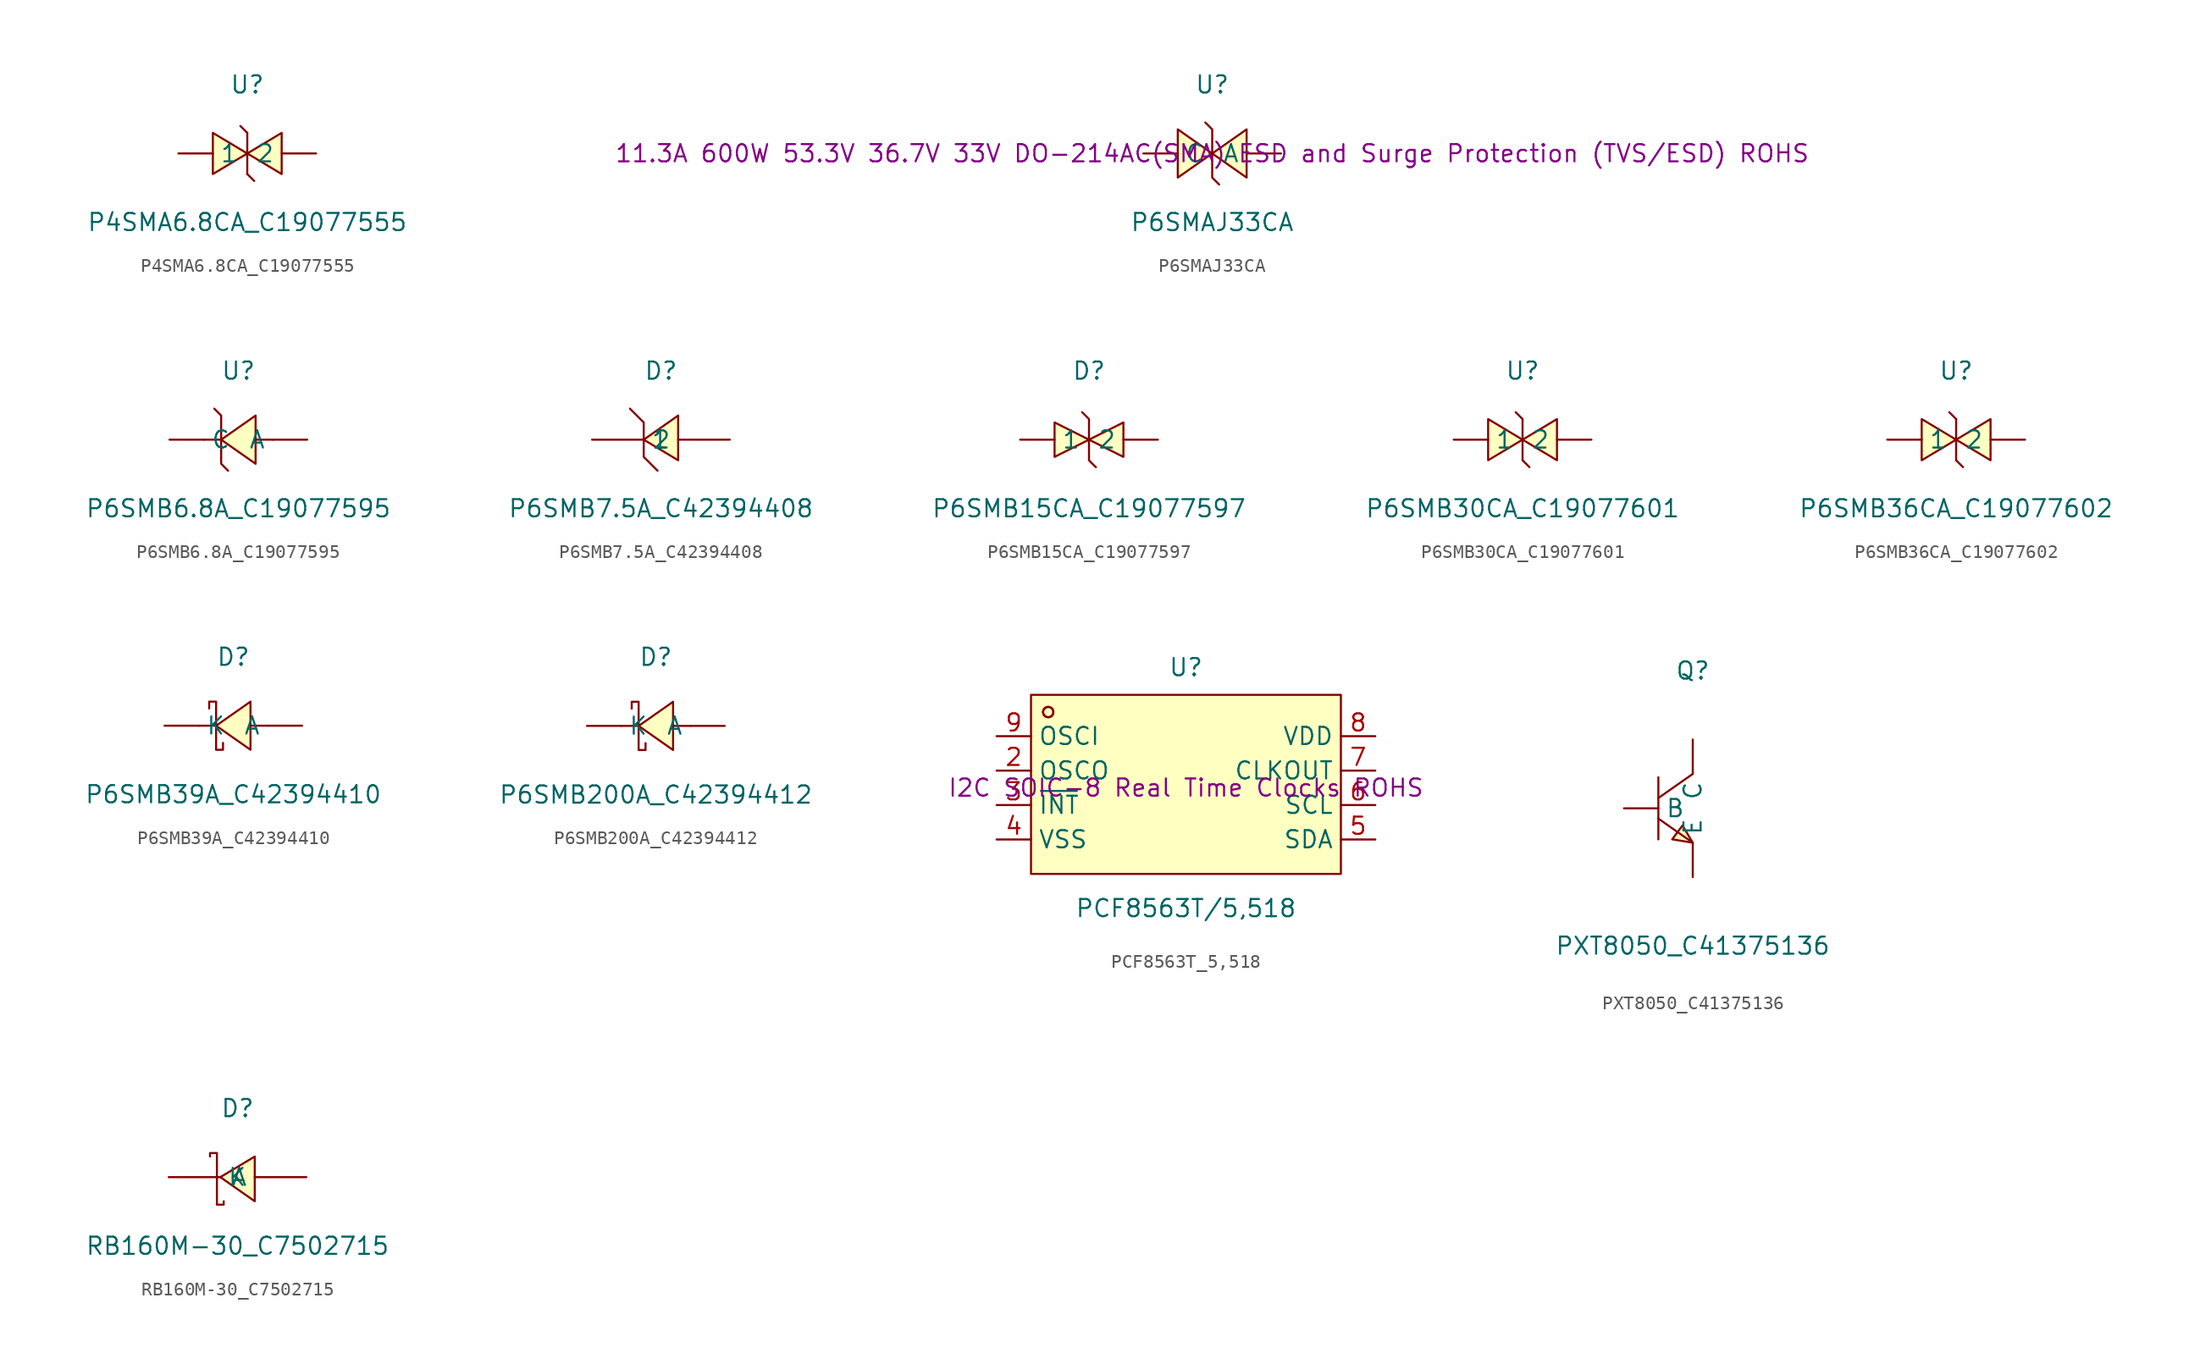
<source format=kicad_sym>
(kicad_symbol_lib
  (version 20241209)
  (generator "kicad_symbol_editor")
  (generator_version "9.0")
  (symbol "P4SMA6.8CA_C19077555"
    (pin_numbers
      (hide yes))
    (property "Reference" "U"
      (at 0 5.08 0)
      (effects (font (size 1.27 1.27))))
    (property "Value" "P4SMA6.8CA_C19077555"
      (at 0 -5.08 0)
      (effects (font (size 1.27 1.27))))
    (symbol "P4SMA6.8CA_C19077555_0_1"
      (polyline (pts (xy -2.54 1.52) (xy 0 0) (xy -2.54 -1.52) (xy -2.54 1.52)) (stroke (width 0) (type default)) (fill (type background)))
      (polyline (pts (xy 0 1.52) (xy -0.51 2.03) (xy 0 1.52)) (stroke (width 0) (type default)) (fill (type background)))
      (polyline (pts (xy 0 -1.52) (xy 0 1.52)) (stroke (width 0) (type default)) (fill (type none)))
      (polyline (pts (xy 0 -1.52) (xy 0.51 -2.03) (xy 0 -1.52)) (stroke (width 0) (type default)) (fill (type background)))
      (polyline (pts (xy 2.54 1.52) (xy 0 0) (xy 2.54 -1.52) (xy 2.54 1.52)) (stroke (width 0) (type default)) (fill (type background)))
      (pin unspecified line (at -5.08 0 0) (length 2.54) (name "1" (effects (font (size 1.27 1.27)))) (number "1" (effects (font (size 1.27 1.27)))))
      (pin unspecified line (at 5.08 0 180) (length 2.54) (name "2" (effects (font (size 1.27 1.27)))) (number "2" (effects (font (size 1.27 1.27)))))))
  (symbol "P6SMAJ33CA"
    (pin_numbers
      (hide yes))
    (property "Reference" "U"
      (at 0 5.08 0)
      (effects (font (size 1.27 1.27))))
    (property "Value" "P6SMAJ33CA"
      (at 0 -5.08 0)
      (effects (font (size 1.27 1.27))))
    (property "Description" "11.3A 600W 53.3V 36.7V 33V DO-214AC(SMA) ESD and Surge Protection (TVS/ESD) ROHS"
      (at 0 0 0)
      (effects (font (size 1.27 1.27))))
    (symbol "P6SMAJ33CA_0_1"
      (polyline (pts (xy -2.54 -1.78) (xy 0 0) (xy -2.54 1.78) (xy -2.54 -1.78)) (stroke (width 0) (type default)) (fill (type background)))
      (polyline (pts (xy -0.51 2.29) (xy -0.51 2.29) (xy 0 1.78) (xy 0 -1.78) (xy 0.51 -2.29) (xy 0.51 -2.29)) (stroke (width 0) (type default)) (fill (type none)))
      (polyline (pts (xy 2.54 1.78) (xy 0 0) (xy 2.54 -1.78) (xy 2.54 1.78)) (stroke (width 0) (type default)) (fill (type background)))
      (pin unspecified line (at -5.08 0 0) (length 2.54) (name "C" (effects (font (size 1.27 1.27)))) (number "1" (effects (font (size 1.27 1.27)))))
      (pin unspecified line (at 5.08 0 180) (length 2.54) (name "A" (effects (font (size 1.27 1.27)))) (number "2" (effects (font (size 1.27 1.27)))))))
  (symbol "P6SMB6.8A_C19077595"
    (pin_numbers
      (hide yes))
    (property "Reference" "U"
      (at 0 5.08 0)
      (effects (font (size 1.27 1.27))))
    (property "Value" "P6SMB6.8A_C19077595"
      (at 0 -5.08 0)
      (effects (font (size 1.27 1.27))))
    (symbol "P6SMB6.8A_C19077595_0_1"
      (polyline (pts (xy -1.78 2.29) (xy -1.78 2.29) (xy -1.27 1.78) (xy -1.27 -1.78) (xy -0.76 -2.29) (xy -0.76 -2.29)) (stroke (width 0) (type default)) (fill (type none)))
      (polyline (pts (xy -1.27 0) (xy -2.54 0)) (stroke (width 0) (type default)) (fill (type none)))
      (polyline (pts (xy 1.27 1.78) (xy -1.27 0) (xy 1.27 -1.78) (xy 1.27 1.78)) (stroke (width 0) (type default)) (fill (type background)))
      (polyline (pts (xy 2.54 0) (xy 1.27 0)) (stroke (width 0) (type default)) (fill (type none)))
      (pin unspecified line (at -5.08 0 0) (length 2.54) (name "C" (effects (font (size 1.27 1.27)))) (number "1" (effects (font (size 1.27 1.27)))))
      (pin unspecified line (at 5.08 0 180) (length 2.54) (name "A" (effects (font (size 1.27 1.27)))) (number "2" (effects (font (size 1.27 1.27)))))))
  (symbol "P6SMB7.5A_C42394408"
    (pin_numbers
      (hide yes))
    (property "Reference" "D"
      (at 0 6.35 0)
      (effects (font (size 1.27 1.27))))
    (property "Value" "P6SMB7.5A_C42394408"
      (at 0 -3.81 0)
      (effects (font (size 1.27 1.27))))
    (symbol "P6SMB7.5A_C42394408_0_1"
      (polyline (pts (xy -2.29 3.56) (xy -1.27 2.54) (xy -1.27 0) (xy -0.25 -1.02)) (stroke (width 0) (type default)) (fill (type none)))
      (polyline (pts (xy 1.27 -0.25) (xy -1.27 1.27) (xy 1.27 3.05) (xy 1.27 -0.25)) (stroke (width 0) (type default)) (fill (type background)))
      (pin unspecified line (at -5.08 1.27 0) (length 3.81) (name "1" (effects (font (size 1.27 1.27)))) (number "1" (effects (font (size 1.27 1.27)))))
      (pin unspecified line (at 5.08 1.27 180) (length 3.81) (name "2" (effects (font (size 1.27 1.27)))) (number "2" (effects (font (size 1.27 1.27)))))))
  (symbol "P6SMB15CA_C19077597"
    (pin_numbers
      (hide yes))
    (property "Reference" "D"
      (at 0 5.08 0)
      (effects (font (size 1.27 1.27))))
    (property "Value" "P6SMB15CA_C19077597"
      (at 0 -5.08 0)
      (effects (font (size 1.27 1.27))))
    (symbol "P6SMB15CA_C19077597_0_1"
      (polyline (pts (xy -2.54 1.27) (xy 0 0) (xy -2.54 -1.27) (xy -2.54 1.27)) (stroke (width 0) (type default)) (fill (type background)))
      (polyline (pts (xy -0.51 2.03) (xy -0.51 2.03) (xy 0 1.52) (xy 0 -1.52) (xy 0.25 -1.78) (xy 0.51 -2.03)) (stroke (width 0) (type default)) (fill (type none)))
      (polyline (pts (xy 2.54 1.27) (xy 0 0) (xy 2.54 -1.27) (xy 2.54 1.27)) (stroke (width 0) (type default)) (fill (type background)))
      (pin unspecified line (at -5.08 0 0) (length 2.54) (name "1" (effects (font (size 1.27 1.27)))) (number "1" (effects (font (size 1.27 1.27)))))
      (pin unspecified line (at 5.08 0 180) (length 2.54) (name "2" (effects (font (size 1.27 1.27)))) (number "2" (effects (font (size 1.27 1.27)))))))
  (symbol "P6SMB30CA_C19077601"
    (pin_numbers
      (hide yes))
    (property "Reference" "U"
      (at 0 5.08 0)
      (effects (font (size 1.27 1.27))))
    (property "Value" "P6SMB30CA_C19077601"
      (at 0 -5.08 0)
      (effects (font (size 1.27 1.27))))
    (symbol "P6SMB30CA_C19077601_0_1"
      (polyline (pts (xy -2.54 1.52) (xy 0 0) (xy -2.54 -1.52) (xy -2.54 1.52)) (stroke (width 0) (type default)) (fill (type background)))
      (polyline (pts (xy 0 1.52) (xy -0.51 2.03) (xy 0 1.52)) (stroke (width 0) (type default)) (fill (type background)))
      (polyline (pts (xy 0 -1.52) (xy 0 1.52)) (stroke (width 0) (type default)) (fill (type none)))
      (polyline (pts (xy 0 -1.52) (xy 0.51 -2.03) (xy 0 -1.52)) (stroke (width 0) (type default)) (fill (type background)))
      (polyline (pts (xy 2.54 1.52) (xy 0 0) (xy 2.54 -1.52) (xy 2.54 1.52)) (stroke (width 0) (type default)) (fill (type background)))
      (pin unspecified line (at -5.08 0 0) (length 2.54) (name "1" (effects (font (size 1.27 1.27)))) (number "1" (effects (font (size 1.27 1.27)))))
      (pin unspecified line (at 5.08 0 180) (length 2.54) (name "2" (effects (font (size 1.27 1.27)))) (number "2" (effects (font (size 1.27 1.27)))))))
  (symbol "P6SMB36CA_C19077602"
    (pin_numbers
      (hide yes))
    (property "Reference" "U"
      (at 0 5.08 0)
      (effects (font (size 1.27 1.27))))
    (property "Value" "P6SMB36CA_C19077602"
      (at 0 -5.08 0)
      (effects (font (size 1.27 1.27))))
    (symbol "P6SMB36CA_C19077602_0_1"
      (polyline (pts (xy -2.54 1.52) (xy 0 0) (xy -2.54 -1.52) (xy -2.54 1.52)) (stroke (width 0) (type default)) (fill (type background)))
      (polyline (pts (xy 0 1.52) (xy -0.51 2.03) (xy 0 1.52)) (stroke (width 0) (type default)) (fill (type background)))
      (polyline (pts (xy 0 -1.52) (xy 0 1.52)) (stroke (width 0) (type default)) (fill (type none)))
      (polyline (pts (xy 0 -1.52) (xy 0.51 -2.03) (xy 0 -1.52)) (stroke (width 0) (type default)) (fill (type background)))
      (polyline (pts (xy 2.54 1.52) (xy 0 0) (xy 2.54 -1.52) (xy 2.54 1.52)) (stroke (width 0) (type default)) (fill (type background)))
      (pin unspecified line (at -5.08 0 0) (length 2.54) (name "1" (effects (font (size 1.27 1.27)))) (number "1" (effects (font (size 1.27 1.27)))))
      (pin unspecified line (at 5.08 0 180) (length 2.54) (name "2" (effects (font (size 1.27 1.27)))) (number "2" (effects (font (size 1.27 1.27)))))))
  (symbol "P6SMB39A_C42394410"
    (pin_numbers
      (hide yes))
    (property "Reference" "D"
      (at 0 5.08 0)
      (effects (font (size 1.27 1.27))))
    (property "Value" "P6SMB39A_C42394410"
      (at 0 -5.08 0)
      (effects (font (size 1.27 1.27))))
    (symbol "P6SMB39A_C42394410_0_1"
      (polyline (pts (xy -1.78 1.27) (xy -1.78 1.78) (xy -1.27 1.78) (xy -1.27 -1.78) (xy -0.76 -1.78) (xy -0.76 -1.27)) (stroke (width 0) (type default)) (fill (type none)))
      (polyline (pts (xy -1.27 0) (xy -2.54 0)) (stroke (width 0) (type default)) (fill (type none)))
      (polyline (pts (xy 1.27 1.78) (xy -1.27 0) (xy 1.27 -1.78) (xy 1.27 1.78)) (stroke (width 0) (type default)) (fill (type background)))
      (polyline (pts (xy 2.54 0) (xy 1.27 0)) (stroke (width 0) (type default)) (fill (type none)))
      (pin unspecified line (at -5.08 0 0) (length 2.54) (name "K" (effects (font (size 1.27 1.27)))) (number "1" (effects (font (size 1.27 1.27)))))
      (pin unspecified line (at 5.08 0 180) (length 2.54) (name "A" (effects (font (size 1.27 1.27)))) (number "2" (effects (font (size 1.27 1.27)))))))
  (symbol "P6SMB200A_C42394412"
    (pin_numbers
      (hide yes))
    (property "Reference" "D"
      (at 0 5.08 0)
      (effects (font (size 1.27 1.27))))
    (property "Value" "P6SMB200A_C42394412"
      (at 0 -5.08 0)
      (effects (font (size 1.27 1.27))))
    (symbol "P6SMB200A_C42394412_0_1"
      (polyline (pts (xy -1.78 1.27) (xy -1.78 1.78) (xy -1.27 1.78) (xy -1.27 -1.78) (xy -0.76 -1.78) (xy -0.76 -1.27)) (stroke (width 0) (type default)) (fill (type none)))
      (polyline (pts (xy -1.27 0) (xy -2.54 0)) (stroke (width 0) (type default)) (fill (type none)))
      (polyline (pts (xy 1.27 1.78) (xy -1.27 0) (xy 1.27 -1.78) (xy 1.27 1.78)) (stroke (width 0) (type default)) (fill (type background)))
      (polyline (pts (xy 2.54 0) (xy 1.27 0)) (stroke (width 0) (type default)) (fill (type none)))
      (pin unspecified line (at -5.08 0 0) (length 2.54) (name "K" (effects (font (size 1.27 1.27)))) (number "1" (effects (font (size 1.27 1.27)))))
      (pin unspecified line (at 5.08 0 180) (length 2.54) (name "A" (effects (font (size 1.27 1.27)))) (number "2" (effects (font (size 1.27 1.27)))))))
  (symbol "PCF8563T_5,518"
    (property "Reference" "U"
      (at 0 8.89 0)
      (effects (font (size 1.27 1.27))))
    (property "Value" "PCF8563T/5,518"
      (at 0 -8.89 0)
      (effects (font (size 1.27 1.27))))
    (property "Description" "I2C SOIC-8 Real Time Clocks ROHS"
      (at 0 0 0)
      (effects (font (size 1.27 1.27))))
    (symbol "PCF8563T_5,518_0_1"
      (rectangle (start -11.43 6.86) (end 11.43 -6.35) (stroke (width 0) (type default)) (fill (type background)))
      (circle (center -10.16 5.59) (radius 0.38) (stroke (width 0) (type default)) (fill (type none)))
      (circle (center -10.16 5.59) (radius 0.38) (stroke (width 0) (type default)) (fill (type none)))
      (pin unspecified line (at -13.97 3.81 0) (length 2.54) (name "OSCI" (effects (font (size 1.27 1.27)))) (number "9" (effects (font (size 1.27 1.27)))))
      (pin unspecified line (at -13.97 1.27 0) (length 2.54) (name "OSCO" (effects (font (size 1.27 1.27)))) (number "2" (effects (font (size 1.27 1.27)))))
      (pin unspecified line (at -13.97 -1.27 0) (length 2.54) (name "~{INT}" (effects (font (size 1.27 1.27)))) (number "3" (effects (font (size 1.27 1.27)))))
      (pin unspecified line (at -13.97 -3.81 0) (length 2.54) (name "VSS" (effects (font (size 1.27 1.27)))) (number "4" (effects (font (size 1.27 1.27)))))
      (pin unspecified line (at 13.97 3.81 180) (length 2.54) (name "VDD" (effects (font (size 1.27 1.27)))) (number "8" (effects (font (size 1.27 1.27)))))
      (pin unspecified line (at 13.97 1.27 180) (length 2.54) (name "CLKOUT" (effects (font (size 1.27 1.27)))) (number "7" (effects (font (size 1.27 1.27)))))
      (pin unspecified line (at 13.97 -1.27 180) (length 2.54) (name "SCL" (effects (font (size 1.27 1.27)))) (number "6" (effects (font (size 1.27 1.27)))))
      (pin unspecified line (at 13.97 -3.81 180) (length 2.54) (name "SDA" (effects (font (size 1.27 1.27)))) (number "5" (effects (font (size 1.27 1.27)))))))
  (symbol "PXT8050_C41375136"
    (pin_numbers
      (hide yes))
    (property "Reference" "Q"
      (at 0 10.16 0)
      (effects (font (size 1.27 1.27))))
    (property "Value" "PXT8050_C41375136"
      (at 0 -10.16 0)
      (effects (font (size 1.27 1.27))))
    (symbol "PXT8050_C41375136_0_1"
      (polyline (pts (xy -2.54 2.29) (xy -2.54 -2.29)) (stroke (width 0) (type default)) (fill (type none)))
      (polyline (pts (xy -2.54 -0.76) (xy 0 -2.54)) (stroke (width 0) (type default)) (fill (type none)))
      (polyline (pts (xy 0 2.54) (xy -2.54 0.76)) (stroke (width 0) (type default)) (fill (type none)))
      (polyline (pts (xy 0 -2.54) (xy -0.76 -1.27) (xy -1.52 -2.29) (xy 0 -2.54)) (stroke (width 0) (type default)) (fill (type background)))
      (pin input line (at -5.08 0 0) (length 2.54) (name "B" (effects (font (size 1.27 1.27)))) (number "1" (effects (font (size 1.27 1.27)))))
      (pin input line (at 0 5.08 270) (length 2.54) (name "C" (effects (font (size 1.27 1.27)))) (number "2" (effects (font (size 1.27 1.27)))))
      (pin input line (at 0 -5.08 90) (length 2.54) (name "E" (effects (font (size 1.27 1.27)))) (number "3" (effects (font (size 1.27 1.27)))))))
  (symbol "RB160M-30_C7502715"
    (pin_numbers
      (hide yes))
    (property "Reference" "D"
      (at 0 5.08 0)
      (effects (font (size 1.27 1.27))))
    (property "Value" "RB160M-30_C7502715"
      (at 0 -5.08 0)
      (effects (font (size 1.27 1.27))))
    (symbol "RB160M-30_C7502715_0_1"
      (polyline (pts (xy -2.03 1.52) (xy -2.03 1.78) (xy -1.52 1.78) (xy -1.52 -2.03) (xy -1.02 -2.03) (xy -1.02 -1.78)) (stroke (width 0) (type default)) (fill (type none)))
      (polyline (pts (xy 1.27 1.52) (xy -1.27 0) (xy 1.27 -1.78) (xy 1.27 1.52)) (stroke (width 0) (type default)) (fill (type background)))
      (pin unspecified line (at -5.08 0 0) (length 3.81) (name "K" (effects (font (size 1.27 1.27)))) (number "1" (effects (font (size 1.27 1.27)))))
      (pin unspecified line (at 5.08 0 180) (length 3.81) (name "A" (effects (font (size 1.27 1.27)))) (number "2" (effects (font (size 1.27 1.27))))))))
</source>
